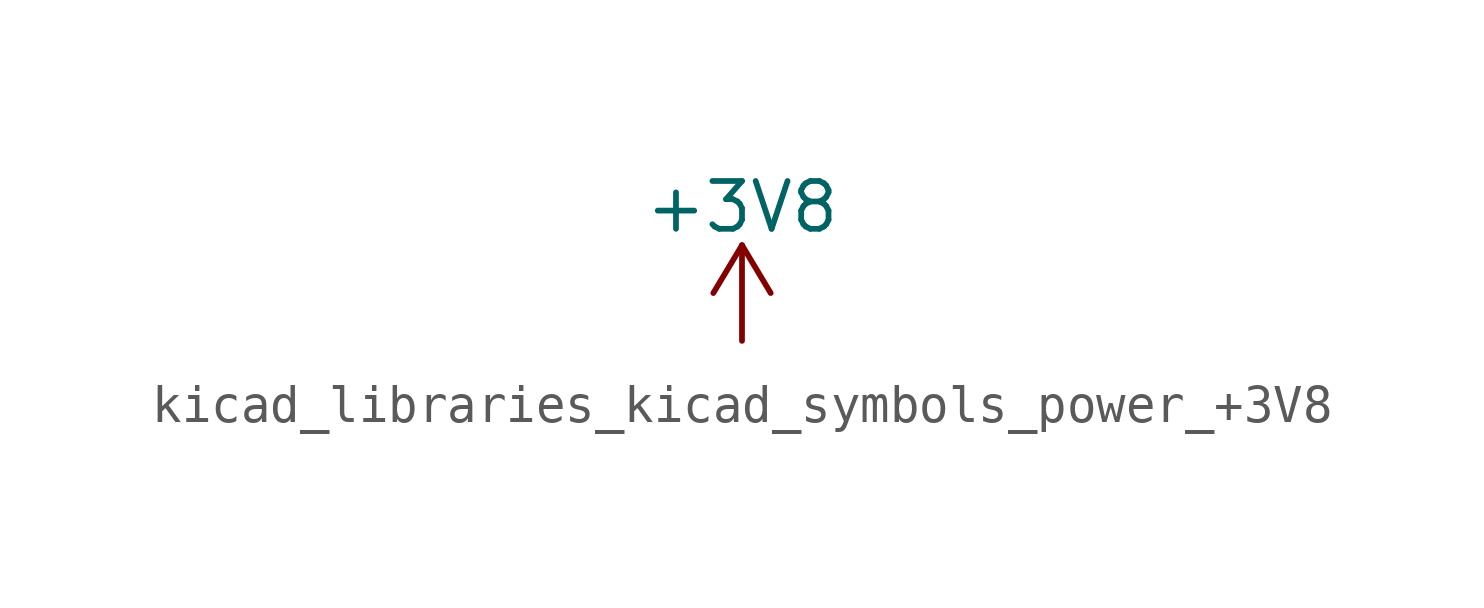
<source format=kicad_sym>
(kicad_symbol_lib
  (version 20220914)
  (generator kicad_symbol_editor)
  (symbol "kicad_libraries_kicad_symbols_power_+3V8"
    (power)
    (pin_names
      (offset 0))
    (property "Reference" "#PWR"
      (at 0 -3.81 0)
      (effects (font (size 1.27 1.27)) hide))
    (property "Value" "+3V8"
      (at 0 3.556 0)
      (effects (font (size 1.27 1.27))))
    (symbol "kicad_libraries_kicad_symbols_power_+3V8_0_1"
      (polyline (pts (xy -0.762 1.27) (xy 0 2.54)) (stroke (width 0) (type default)) (fill (type none)))
      (polyline (pts (xy 0 0) (xy 0 2.54)) (stroke (width 0) (type default)) (fill (type none)))
      (polyline (pts (xy 0 2.54) (xy 0.762 1.27)) (stroke (width 0) (type default)) (fill (type none))))
    (symbol "kicad_libraries_kicad_symbols_power_+3V8_1_1"
      (pin power_in line (at 0 0 90) (length 0) hide (name "+3V8" (effects (font (size 1.27 1.27)))) (number "1" (effects (font (size 1.27 1.27))))))))
</source>
